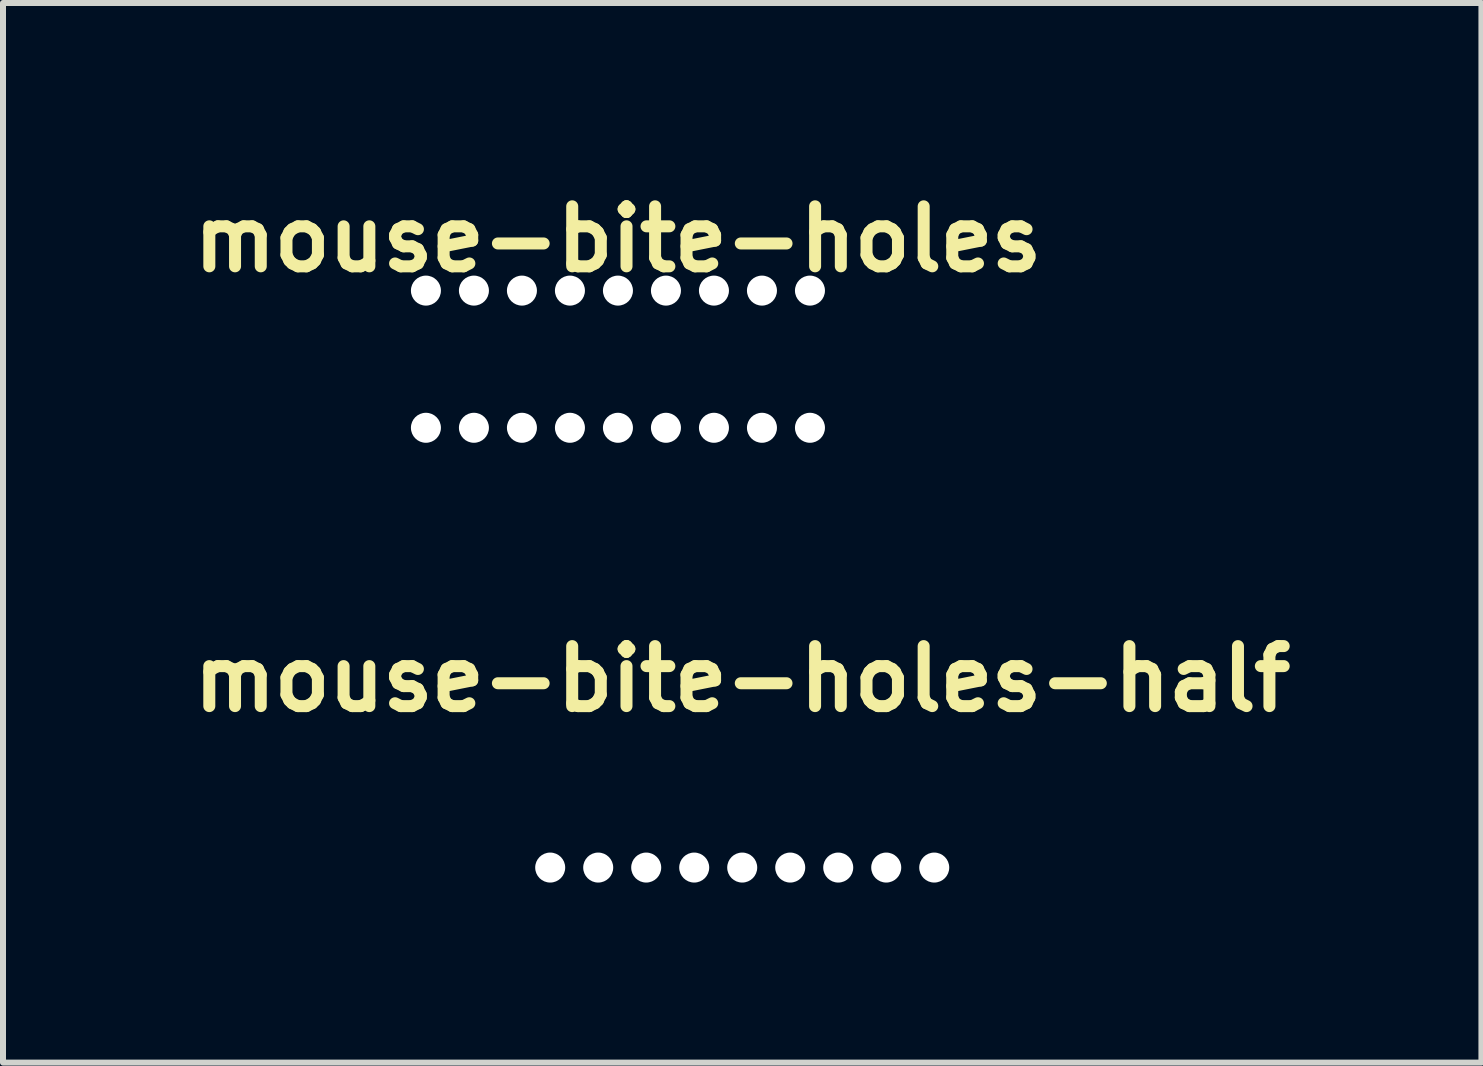
<source format=kicad_pcb>
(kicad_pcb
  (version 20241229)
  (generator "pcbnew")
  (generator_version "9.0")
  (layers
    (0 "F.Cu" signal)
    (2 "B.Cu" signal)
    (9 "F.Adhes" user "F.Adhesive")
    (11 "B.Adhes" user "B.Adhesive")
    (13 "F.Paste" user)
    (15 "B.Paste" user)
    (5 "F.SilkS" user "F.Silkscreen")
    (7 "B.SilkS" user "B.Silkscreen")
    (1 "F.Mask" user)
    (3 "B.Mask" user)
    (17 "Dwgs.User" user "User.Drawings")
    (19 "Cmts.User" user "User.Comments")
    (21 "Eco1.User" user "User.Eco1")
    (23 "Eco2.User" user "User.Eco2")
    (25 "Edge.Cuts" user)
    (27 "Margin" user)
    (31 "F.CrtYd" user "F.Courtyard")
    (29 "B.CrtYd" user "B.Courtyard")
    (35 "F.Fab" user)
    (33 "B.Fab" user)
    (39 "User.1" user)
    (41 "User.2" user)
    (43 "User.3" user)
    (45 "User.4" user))
  (footprint "mouse-bite-holes-half"
    (layer "F.Cu")
    (at 9.319 10.265)
    (property "Reference" "mouse-bite-holes-half" (at 0 -2 0) (layer "F.SilkS") (effects (font (size 1 1) (thickness 0.2))))
    (attr through_hole)
    (pad "" np_thru_hole circle (at -3.2 1.143) (size 0.5 0.5) (drill 0.5) (layers "*.Cu" "*.Mask"))
    (pad "" np_thru_hole circle (at -2.4 1.143) (size 0.5 0.5) (drill 0.5) (layers "*.Cu" "*.Mask"))
    (pad "" np_thru_hole circle (at -1.6 1.143) (size 0.5 0.5) (drill 0.5) (layers "*.Cu" "*.Mask"))
    (pad "" np_thru_hole circle (at -0.8 1.143) (size 0.5 0.5) (drill 0.5) (layers "*.Cu" "*.Mask"))
    (pad "" np_thru_hole circle (at 0 1.143) (size 0.5 0.5) (drill 0.5) (layers "*.Cu" "*.Mask"))
    (pad "" np_thru_hole circle (at 0.8 1.143) (size 0.5 0.5) (drill 0.5) (layers "*.Cu" "*.Mask"))
    (pad "" np_thru_hole circle (at 1.6 1.143) (size 0.5 0.5) (drill 0.5) (layers "*.Cu" "*.Mask"))
    (pad "" np_thru_hole circle (at 2.4 1.143) (size 0.5 0.5) (drill 0.5) (layers "*.Cu" "*.Mask"))
    (pad "" np_thru_hole circle (at 3.2 1.143) (size 0.5 0.5) (drill 0.5) (layers "*.Cu" "*.Mask")))
  (footprint "mouse-bite-holes"
    (layer "F.Cu")
    (at 7.248 2.936)
    (property "Reference" "mouse-bite-holes" (at 0 -2 0) (layer "F.SilkS") (effects (font (size 1 1) (thickness 0.2))))
    (attr through_hole)
    (pad "" np_thru_hole circle (at -3.2 -1.143) (size 0.5 0.5) (drill 0.5) (layers "*.Cu" "*.Mask"))
    (pad "" np_thru_hole circle (at -3.2 1.143) (size 0.5 0.5) (drill 0.5) (layers "*.Cu" "*.Mask"))
    (pad "" np_thru_hole circle (at -2.4 -1.143) (size 0.5 0.5) (drill 0.5) (layers "*.Cu" "*.Mask"))
    (pad "" np_thru_hole circle (at -2.4 1.143) (size 0.5 0.5) (drill 0.5) (layers "*.Cu" "*.Mask"))
    (pad "" np_thru_hole circle (at -1.6 -1.143) (size 0.5 0.5) (drill 0.5) (layers "*.Cu" "*.Mask"))
    (pad "" np_thru_hole circle (at -1.6 1.143) (size 0.5 0.5) (drill 0.5) (layers "*.Cu" "*.Mask"))
    (pad "" np_thru_hole circle (at -0.8 -1.143) (size 0.5 0.5) (drill 0.5) (layers "*.Cu" "*.Mask"))
    (pad "" np_thru_hole circle (at -0.8 1.143) (size 0.5 0.5) (drill 0.5) (layers "*.Cu" "*.Mask"))
    (pad "" np_thru_hole circle (at 0 -1.143) (size 0.5 0.5) (drill 0.5) (layers "*.Cu" "*.Mask"))
    (pad "" np_thru_hole circle (at 0 1.143) (size 0.5 0.5) (drill 0.5) (layers "*.Cu" "*.Mask"))
    (pad "" np_thru_hole circle (at 0.8 -1.143) (size 0.5 0.5) (drill 0.5) (layers "*.Cu" "*.Mask"))
    (pad "" np_thru_hole circle (at 0.8 1.143) (size 0.5 0.5) (drill 0.5) (layers "*.Cu" "*.Mask"))
    (pad "" np_thru_hole circle (at 1.6 -1.143) (size 0.5 0.5) (drill 0.5) (layers "*.Cu" "*.Mask"))
    (pad "" np_thru_hole circle (at 1.6 1.143) (size 0.5 0.5) (drill 0.5) (layers "*.Cu" "*.Mask"))
    (pad "" np_thru_hole circle (at 2.4 -1.143) (size 0.5 0.5) (drill 0.5) (layers "*.Cu" "*.Mask"))
    (pad "" np_thru_hole circle (at 2.4 1.143) (size 0.5 0.5) (drill 0.5) (layers "*.Cu" "*.Mask"))
    (pad "" np_thru_hole circle (at 3.2 -1.143) (size 0.5 0.5) (drill 0.5) (layers "*.Cu" "*.Mask"))
    (pad "" np_thru_hole circle (at 3.2 1.143) (size 0.5 0.5) (drill 0.5) (layers "*.Cu" "*.Mask")))
  (gr_rect
    (start -3 -3)
    (end 21.638 14.658)
    (stroke (width 0.1) (type default))
    (fill no)
    (layer "Edge.Cuts")))
</source>
